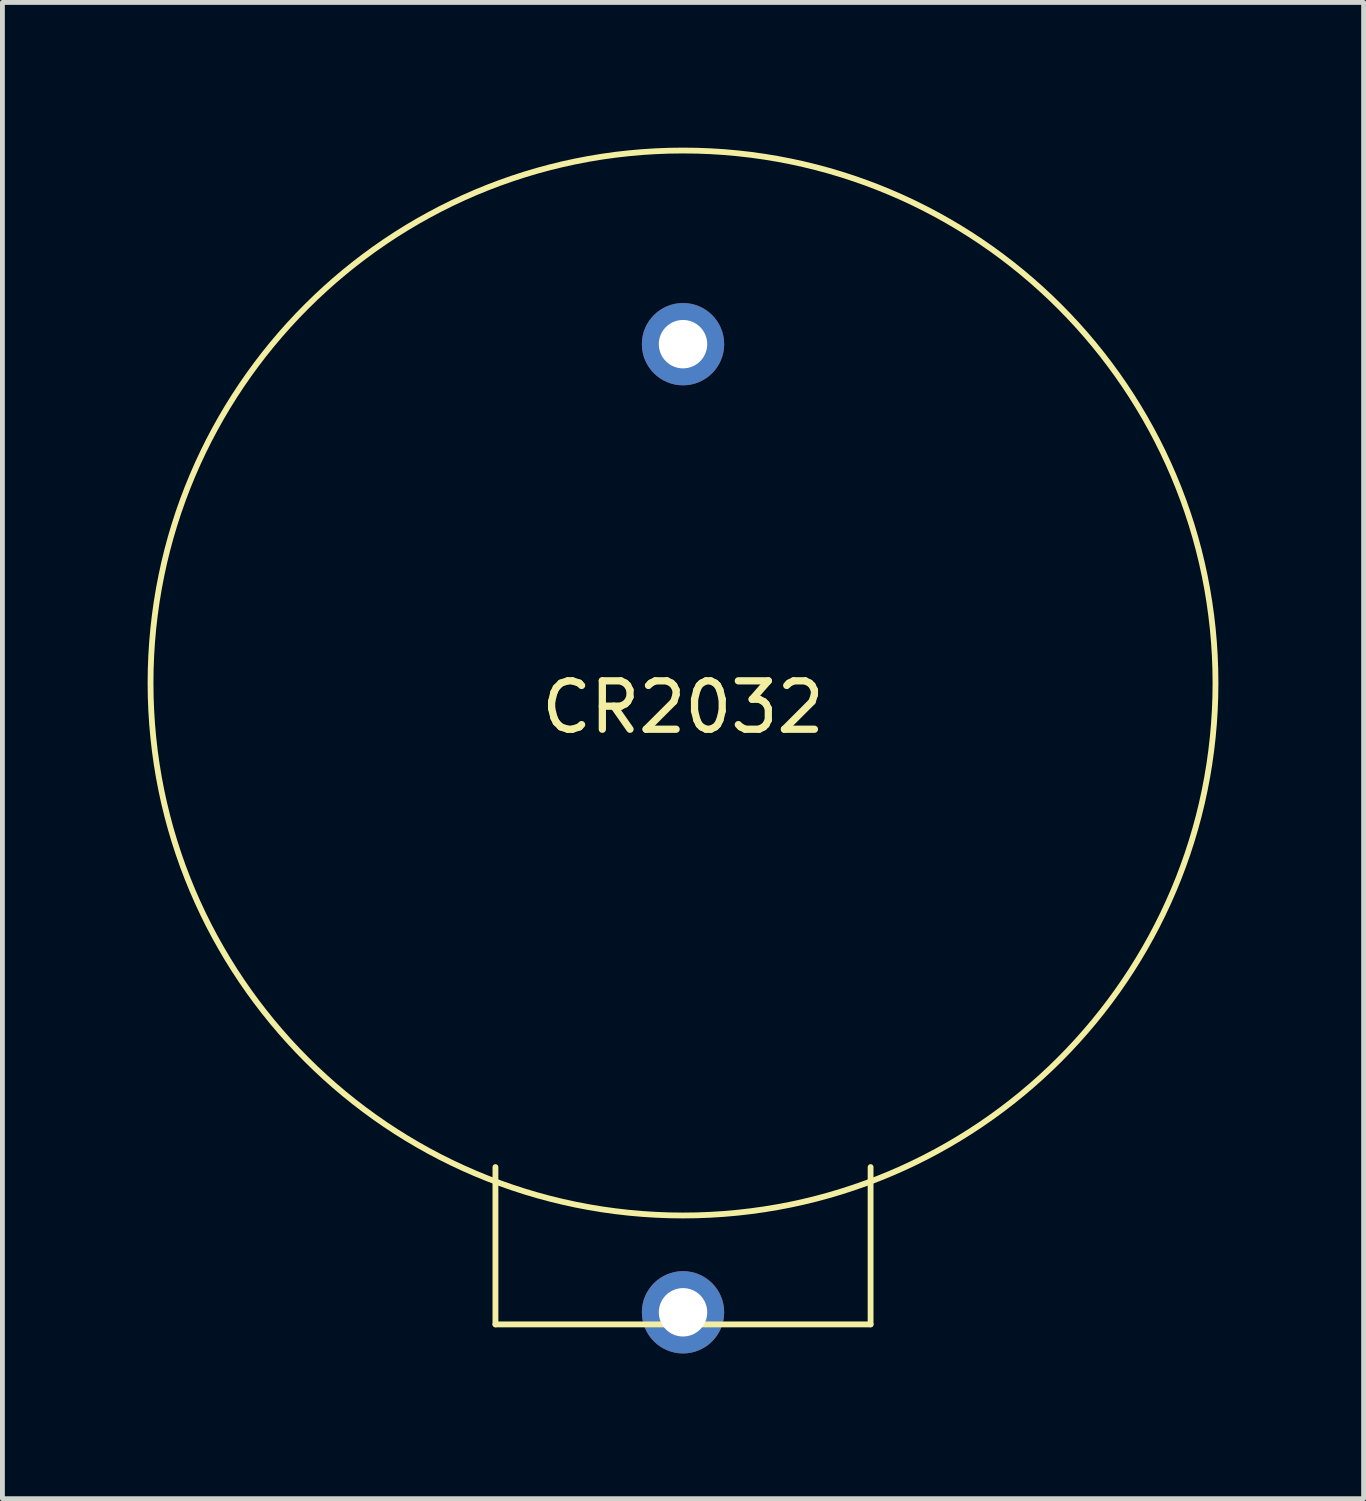
<source format=kicad_pcb>
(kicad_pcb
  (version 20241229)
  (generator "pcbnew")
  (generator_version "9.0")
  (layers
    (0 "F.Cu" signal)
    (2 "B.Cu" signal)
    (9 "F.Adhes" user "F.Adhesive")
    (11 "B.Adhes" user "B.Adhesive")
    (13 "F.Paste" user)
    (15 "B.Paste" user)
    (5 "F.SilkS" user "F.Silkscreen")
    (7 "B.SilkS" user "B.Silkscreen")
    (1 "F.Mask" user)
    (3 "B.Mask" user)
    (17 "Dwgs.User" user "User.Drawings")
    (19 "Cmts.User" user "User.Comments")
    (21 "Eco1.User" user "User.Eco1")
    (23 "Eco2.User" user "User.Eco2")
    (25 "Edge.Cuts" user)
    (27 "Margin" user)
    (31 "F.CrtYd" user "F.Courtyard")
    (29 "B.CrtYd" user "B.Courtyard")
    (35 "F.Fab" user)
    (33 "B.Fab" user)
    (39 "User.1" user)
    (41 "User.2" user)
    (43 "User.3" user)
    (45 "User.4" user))
  (footprint "CR2032"
    (layer "F.Cu")
    (at 11.06 11.06)
    (property "Reference" "CR2032" (at 0 0.5 0) (layer "F.SilkS") (effects (font (size 1 1) (thickness 0.15))))
    (attr through_hole)
    (fp_line (start -3.875 13.25) (end -3.875 10) (stroke (width 0.12) (type solid)) (layer "F.SilkS"))
    (fp_line (start -3.875 13.25) (end 3.875 13.25) (stroke (width 0.12) (type solid)) (layer "F.SilkS"))
    (fp_line (start 3.875 13.25) (end 3.875 10) (stroke (width 0.12) (type solid)) (layer "F.SilkS"))
    (fp_circle (center 0 0) (end 11 0) (stroke (width 0.12) (type solid)) (fill no) (layer "F.SilkS"))
    (pad "1" thru_hole circle (at 0 13) (size 1.7 1.7) (drill 1) (layers "*.Cu" "*.Mask"))
    (pad "2" thru_hole circle (at 0 -7) (size 1.7 1.7) (drill 1) (layers "*.Cu" "*.Mask")))
  (gr_rect
    (start -3 -3)
    (end 25.12 27.91)
    (stroke (width 0.1) (type default))
    (fill no)
    (layer "Edge.Cuts")))
</source>
